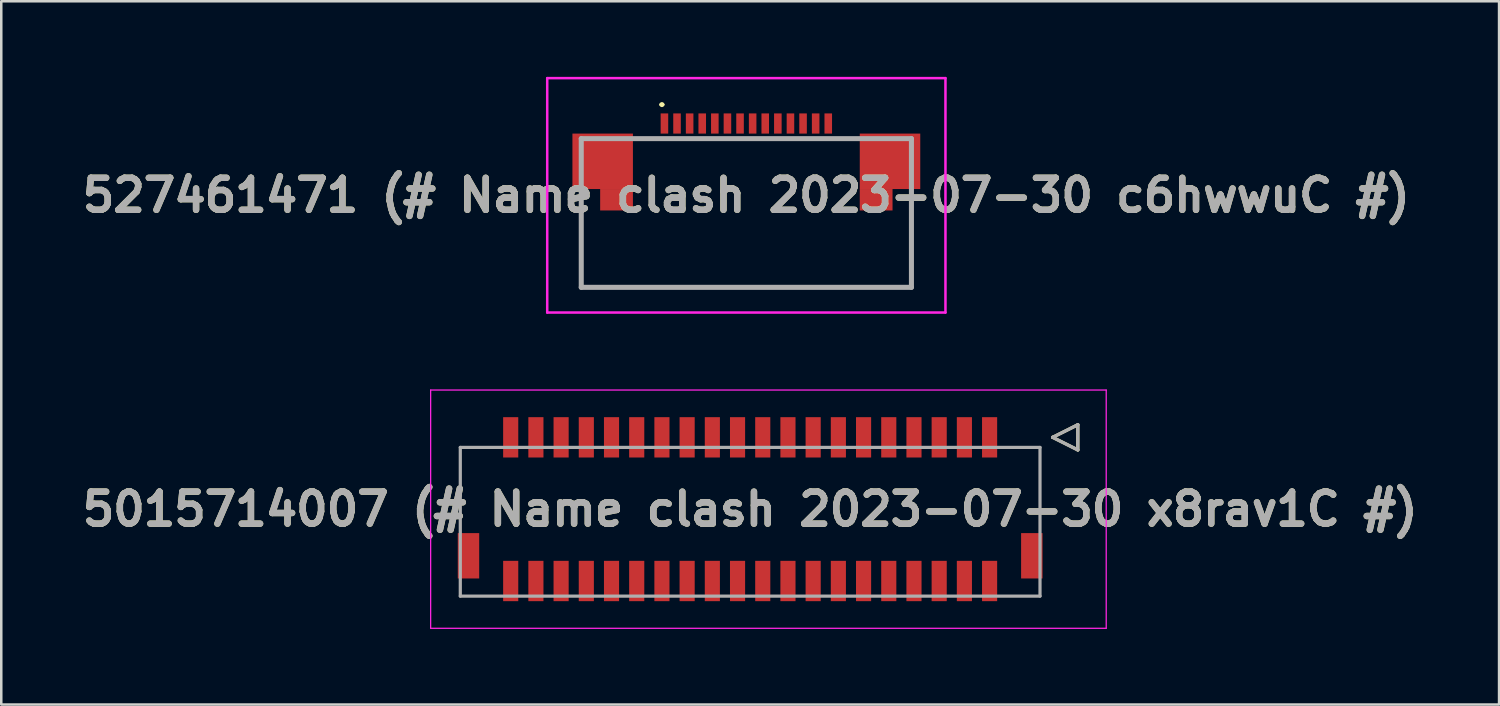
<source format=kicad_pcb>
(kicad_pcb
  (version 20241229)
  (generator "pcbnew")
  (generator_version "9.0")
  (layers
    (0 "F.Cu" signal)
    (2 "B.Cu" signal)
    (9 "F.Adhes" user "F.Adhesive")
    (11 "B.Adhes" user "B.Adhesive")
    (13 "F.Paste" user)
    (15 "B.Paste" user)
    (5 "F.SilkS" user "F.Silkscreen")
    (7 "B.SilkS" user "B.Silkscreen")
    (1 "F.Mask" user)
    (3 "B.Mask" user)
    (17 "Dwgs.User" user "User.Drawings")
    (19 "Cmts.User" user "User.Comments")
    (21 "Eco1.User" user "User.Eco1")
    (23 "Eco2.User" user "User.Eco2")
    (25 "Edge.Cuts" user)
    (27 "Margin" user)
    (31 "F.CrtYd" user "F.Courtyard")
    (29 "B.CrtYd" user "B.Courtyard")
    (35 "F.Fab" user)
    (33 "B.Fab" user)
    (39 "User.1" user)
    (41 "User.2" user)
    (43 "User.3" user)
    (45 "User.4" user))
  (footprint "5015714007 (# Name clash 2023-07-30 x8rav1C #)"
    (layer "F.Cu")
    (at 26.712 17.151)
    (property "Reference" "5015714007 (# Name clash 2023-07-30 x8rav1C #)" (at 0 0 0) (layer "F.SilkS") (effects (font (size 1.27 1.27) (thickness 0.254))))
    (attr smd)
    (fp_line (start 12 -2.85) (end 13 -3.35) (stroke (width 0.127) (type solid)) (layer "F.SilkS"))
    (fp_line (start 13 -3.35) (end 13 -2.35) (stroke (width 0.127) (type solid)) (layer "F.SilkS"))
    (fp_line (start 13 -2.35) (end 12 -2.85) (stroke (width 0.127) (type solid)) (layer "F.SilkS"))
    (fp_line (start -12.676 -4.726) (end 14.127 -4.726) (stroke (width 0.05) (type solid)) (layer "F.CrtYd"))
    (fp_line (start -12.676 4.726) (end -12.676 -4.726) (stroke (width 0.05) (type solid)) (layer "F.CrtYd"))
    (fp_line (start 14.127 -4.726) (end 14.127 4.726) (stroke (width 0.05) (type solid)) (layer "F.CrtYd"))
    (fp_line (start 14.127 4.726) (end -12.676 4.726) (stroke (width 0.05) (type solid)) (layer "F.CrtYd"))
    (fp_line (start -11.5 -2.45) (end 11.5 -2.45) (stroke (width 0.127) (type solid)) (layer "F.Fab"))
    (fp_line (start -11.5 3.45) (end -11.5 -2.45) (stroke (width 0.127) (type solid)) (layer "F.Fab"))
    (fp_line (start 11.5 -2.45) (end 11.5 3.45) (stroke (width 0.127) (type solid)) (layer "F.Fab"))
    (fp_line (start 11.5 3.45) (end -11.5 3.45) (stroke (width 0.127) (type solid)) (layer "F.Fab"))
    (fp_line (start 12 -2.85) (end 13 -3.35) (stroke (width 0.127) (type solid)) (layer "F.Fab"))
    (fp_line (start 13 -3.35) (end 13 -2.35) (stroke (width 0.127) (type solid)) (layer "F.Fab"))
    (fp_line (start 13 -2.35) (end 12 -2.85) (stroke (width 0.127) (type solid)) (layer "F.Fab"))
    (fp_text user "${REFERENCE}" (at 0 0 0) (layer "F.Fab") (effects (font (size 1.27 1.27) (thickness 0.254))))
    (pad "1" smd rect (at 9.5 -2.85) (size 0.6 1.6) (layers "F.Cu" "F.Mask" "F.Paste"))
    (pad "2" smd rect (at 9.5 2.85) (size 0.6 1.6) (layers "F.Cu" "F.Mask" "F.Paste"))
    (pad "3" smd rect (at 8.5 -2.85) (size 0.6 1.6) (layers "F.Cu" "F.Mask" "F.Paste"))
    (pad "4" smd rect (at 8.5 2.85) (size 0.6 1.6) (layers "F.Cu" "F.Mask" "F.Paste"))
    (pad "5" smd rect (at 7.5 -2.85) (size 0.6 1.6) (layers "F.Cu" "F.Mask" "F.Paste"))
    (pad "6" smd rect (at 7.5 2.85) (size 0.6 1.6) (layers "F.Cu" "F.Mask" "F.Paste"))
    (pad "7" smd rect (at 6.5 -2.85) (size 0.6 1.6) (layers "F.Cu" "F.Mask" "F.Paste"))
    (pad "8" smd rect (at 6.5 2.85) (size 0.6 1.6) (layers "F.Cu" "F.Mask" "F.Paste"))
    (pad "9" smd rect (at 5.5 -2.85) (size 0.6 1.6) (layers "F.Cu" "F.Mask" "F.Paste"))
    (pad "10" smd rect (at 5.5 2.85) (size 0.6 1.6) (layers "F.Cu" "F.Mask" "F.Paste"))
    (pad "11" smd rect (at 4.5 -2.85) (size 0.6 1.6) (layers "F.Cu" "F.Mask" "F.Paste"))
    (pad "12" smd rect (at 4.5 2.85) (size 0.6 1.6) (layers "F.Cu" "F.Mask" "F.Paste"))
    (pad "13" smd rect (at 3.5 -2.85) (size 0.6 1.6) (layers "F.Cu" "F.Mask" "F.Paste"))
    (pad "14" smd rect (at 3.5 2.85) (size 0.6 1.6) (layers "F.Cu" "F.Mask" "F.Paste"))
    (pad "15" smd rect (at 2.5 -2.85) (size 0.6 1.6) (layers "F.Cu" "F.Mask" "F.Paste"))
    (pad "16" smd rect (at 2.5 2.85) (size 0.6 1.6) (layers "F.Cu" "F.Mask" "F.Paste"))
    (pad "17" smd rect (at 1.5 -2.85) (size 0.6 1.6) (layers "F.Cu" "F.Mask" "F.Paste"))
    (pad "18" smd rect (at 1.5 2.85) (size 0.6 1.6) (layers "F.Cu" "F.Mask" "F.Paste"))
    (pad "19" smd rect (at 0.5 -2.85) (size 0.6 1.6) (layers "F.Cu" "F.Mask" "F.Paste"))
    (pad "20" smd rect (at 0.5 2.85) (size 0.6 1.6) (layers "F.Cu" "F.Mask" "F.Paste"))
    (pad "21" smd rect (at -0.5 -2.85) (size 0.6 1.6) (layers "F.Cu" "F.Mask" "F.Paste"))
    (pad "22" smd rect (at -0.5 2.85) (size 0.6 1.6) (layers "F.Cu" "F.Mask" "F.Paste"))
    (pad "23" smd rect (at -1.5 -2.85) (size 0.6 1.6) (layers "F.Cu" "F.Mask" "F.Paste"))
    (pad "24" smd rect (at -1.5 2.85) (size 0.6 1.6) (layers "F.Cu" "F.Mask" "F.Paste"))
    (pad "25" smd rect (at -2.5 -2.85) (size 0.6 1.6) (layers "F.Cu" "F.Mask" "F.Paste"))
    (pad "26" smd rect (at -2.5 2.85) (size 0.6 1.6) (layers "F.Cu" "F.Mask" "F.Paste"))
    (pad "27" smd rect (at -3.5 -2.85) (size 0.6 1.6) (layers "F.Cu" "F.Mask" "F.Paste"))
    (pad "28" smd rect (at -3.5 2.85) (size 0.6 1.6) (layers "F.Cu" "F.Mask" "F.Paste"))
    (pad "29" smd rect (at -4.5 -2.85) (size 0.6 1.6) (layers "F.Cu" "F.Mask" "F.Paste"))
    (pad "30" smd rect (at -4.5 2.85) (size 0.6 1.6) (layers "F.Cu" "F.Mask" "F.Paste"))
    (pad "31" smd rect (at -5.5 -2.85) (size 0.6 1.6) (layers "F.Cu" "F.Mask" "F.Paste"))
    (pad "32" smd rect (at -5.5 2.85) (size 0.6 1.6) (layers "F.Cu" "F.Mask" "F.Paste"))
    (pad "33" smd rect (at -6.5 -2.85) (size 0.6 1.6) (layers "F.Cu" "F.Mask" "F.Paste"))
    (pad "34" smd rect (at -6.5 2.85) (size 0.6 1.6) (layers "F.Cu" "F.Mask" "F.Paste"))
    (pad "35" smd rect (at -7.5 -2.85) (size 0.6 1.6) (layers "F.Cu" "F.Mask" "F.Paste"))
    (pad "36" smd rect (at -7.5 2.85) (size 0.6 1.6) (layers "F.Cu" "F.Mask" "F.Paste"))
    (pad "37" smd rect (at -8.5 -2.85) (size 0.6 1.6) (layers "F.Cu" "F.Mask" "F.Paste"))
    (pad "38" smd rect (at -8.5 2.85) (size 0.6 1.6) (layers "F.Cu" "F.Mask" "F.Paste"))
    (pad "39" smd rect (at -9.5 -2.85) (size 0.6 1.6) (layers "F.Cu" "F.Mask" "F.Paste"))
    (pad "40" smd rect (at -9.5 2.85) (size 0.6 1.6) (layers "F.Cu" "F.Mask" "F.Paste"))
    (pad "41" smd rect (at 11.175 1.85) (size 0.85 1.8) (layers "F.Cu" "F.Mask" "F.Paste"))
    (pad "42" smd rect (at -11.175 1.85) (size 0.85 1.8) (layers "F.Cu" "F.Mask" "F.Paste")))
  (footprint "527461471 (# Name clash 2023-07-30 c6hwwuC #)"
    (layer "F.Cu")
    (at 26.561 4.7)
    (property "Reference" "527461471 (# Name clash 2023-07-30 c6hwwuC #)" (at 0 0 0) (layer "F.SilkS") (effects (font (size 1.27 1.27) (thickness 0.254))))
    (attr smd)
    (fp_line (start -6.55 3.65) (end -6.55 0.2) (stroke (width 0.1) (type solid)) (layer "F.SilkS"))
    (fp_line (start -3.4 -3.6) (end -3.4 -3.6) (stroke (width 0.1) (type solid)) (layer "F.SilkS"))
    (fp_line (start -3.3 -3.6) (end -3.3 -3.6) (stroke (width 0.1) (type solid)) (layer "F.SilkS"))
    (fp_line (start 6.55 0.175) (end 6.55 3.65) (stroke (width 0.1) (type solid)) (layer "F.SilkS"))
    (fp_line (start 6.55 3.65) (end -6.55 3.65) (stroke (width 0.1) (type solid)) (layer "F.SilkS"))
    (fp_arc (start -3.4 -3.6) (mid -3.35 -3.65) (end -3.3 -3.6) (stroke (width 0.1) (type solid)) (layer "F.SilkS"))
    (fp_arc (start -3.3 -3.6) (mid -3.35 -3.55) (end -3.4 -3.6) (stroke (width 0.1) (type solid)) (layer "F.SilkS"))
    (fp_line (start -7.9 -4.65) (end 7.9 -4.65) (stroke (width 0.1) (type solid)) (layer "F.CrtYd"))
    (fp_line (start -7.9 4.65) (end -7.9 -4.65) (stroke (width 0.1) (type solid)) (layer "F.CrtYd"))
    (fp_line (start 7.9 -4.65) (end 7.9 4.65) (stroke (width 0.1) (type solid)) (layer "F.CrtYd"))
    (fp_line (start 7.9 4.65) (end -7.9 4.65) (stroke (width 0.1) (type solid)) (layer "F.CrtYd"))
    (fp_line (start -6.55 -2.25) (end -6.55 3.65) (stroke (width 0.2) (type solid)) (layer "F.Fab"))
    (fp_line (start -6.55 3.65) (end 6.55 3.65) (stroke (width 0.2) (type solid)) (layer "F.Fab"))
    (fp_line (start 6.55 -2.25) (end -6.55 -2.25) (stroke (width 0.2) (type solid)) (layer "F.Fab"))
    (fp_line (start 6.55 3.65) (end 6.55 -2.25) (stroke (width 0.2) (type solid)) (layer "F.Fab"))
    (fp_text user "${REFERENCE}" (at 0 0 0) (layer "F.Fab") (effects (font (size 1.27 1.27) (thickness 0.254))))
    (pad "1" smd rect (at -3.25 -2.85) (size 0.3 0.8) (layers "F.Cu" "F.Mask" "F.Paste"))
    (pad "2" smd rect (at -2.75 -2.85) (size 0.3 0.8) (layers "F.Cu" "F.Mask" "F.Paste"))
    (pad "3" smd rect (at -2.25 -2.85) (size 0.3 0.8) (layers "F.Cu" "F.Mask" "F.Paste"))
    (pad "4" smd rect (at -1.75 -2.85) (size 0.3 0.8) (layers "F.Cu" "F.Mask" "F.Paste"))
    (pad "5" smd rect (at -1.25 -2.85) (size 0.3 0.8) (layers "F.Cu" "F.Mask" "F.Paste"))
    (pad "6" smd rect (at -0.75 -2.85) (size 0.3 0.8) (layers "F.Cu" "F.Mask" "F.Paste"))
    (pad "7" smd rect (at -0.25 -2.85) (size 0.3 0.8) (layers "F.Cu" "F.Mask" "F.Paste"))
    (pad "8" smd rect (at 0.25 -2.85) (size 0.3 0.8) (layers "F.Cu" "F.Mask" "F.Paste"))
    (pad "9" smd rect (at 0.75 -2.85) (size 0.3 0.8) (layers "F.Cu" "F.Mask" "F.Paste"))
    (pad "10" smd rect (at 1.25 -2.85) (size 0.3 0.8) (layers "F.Cu" "F.Mask" "F.Paste"))
    (pad "11" smd rect (at 1.75 -2.85) (size 0.3 0.8) (layers "F.Cu" "F.Mask" "F.Paste"))
    (pad "12" smd rect (at 2.25 -2.85) (size 0.3 0.8) (layers "F.Cu" "F.Mask" "F.Paste"))
    (pad "13" smd rect (at 2.75 -2.85) (size 0.3 0.8) (layers "F.Cu" "F.Mask" "F.Paste"))
    (pad "14" smd rect (at 3.25 -2.85) (size 0.3 0.8) (layers "F.Cu" "F.Mask" "F.Paste"))
    (pad "MP1" smd rect (at -5.7 -1.35 90) (size 2.2 2.4) (layers "F.Cu" "F.Mask" "F.Paste"))
    (pad "MP2" smd rect (at 5.7 -1.35 90) (size 2.2 2.4) (layers "F.Cu" "F.Mask" "F.Paste"))
    (pad "MP3" smd rect (at -5.15 0.175 90) (size 0.85 1.3) (layers "F.Cu" "F.Mask" "F.Paste"))
    (pad "MP4" smd rect (at 5.15 0.175 90) (size 0.85 1.3) (layers "F.Cu" "F.Mask" "F.Paste")))
  (gr_rect
    (start -3 -3)
    (end 56.425 24.902)
    (stroke (width 0.1) (type default))
    (fill no)
    (layer "Edge.Cuts")))
</source>
